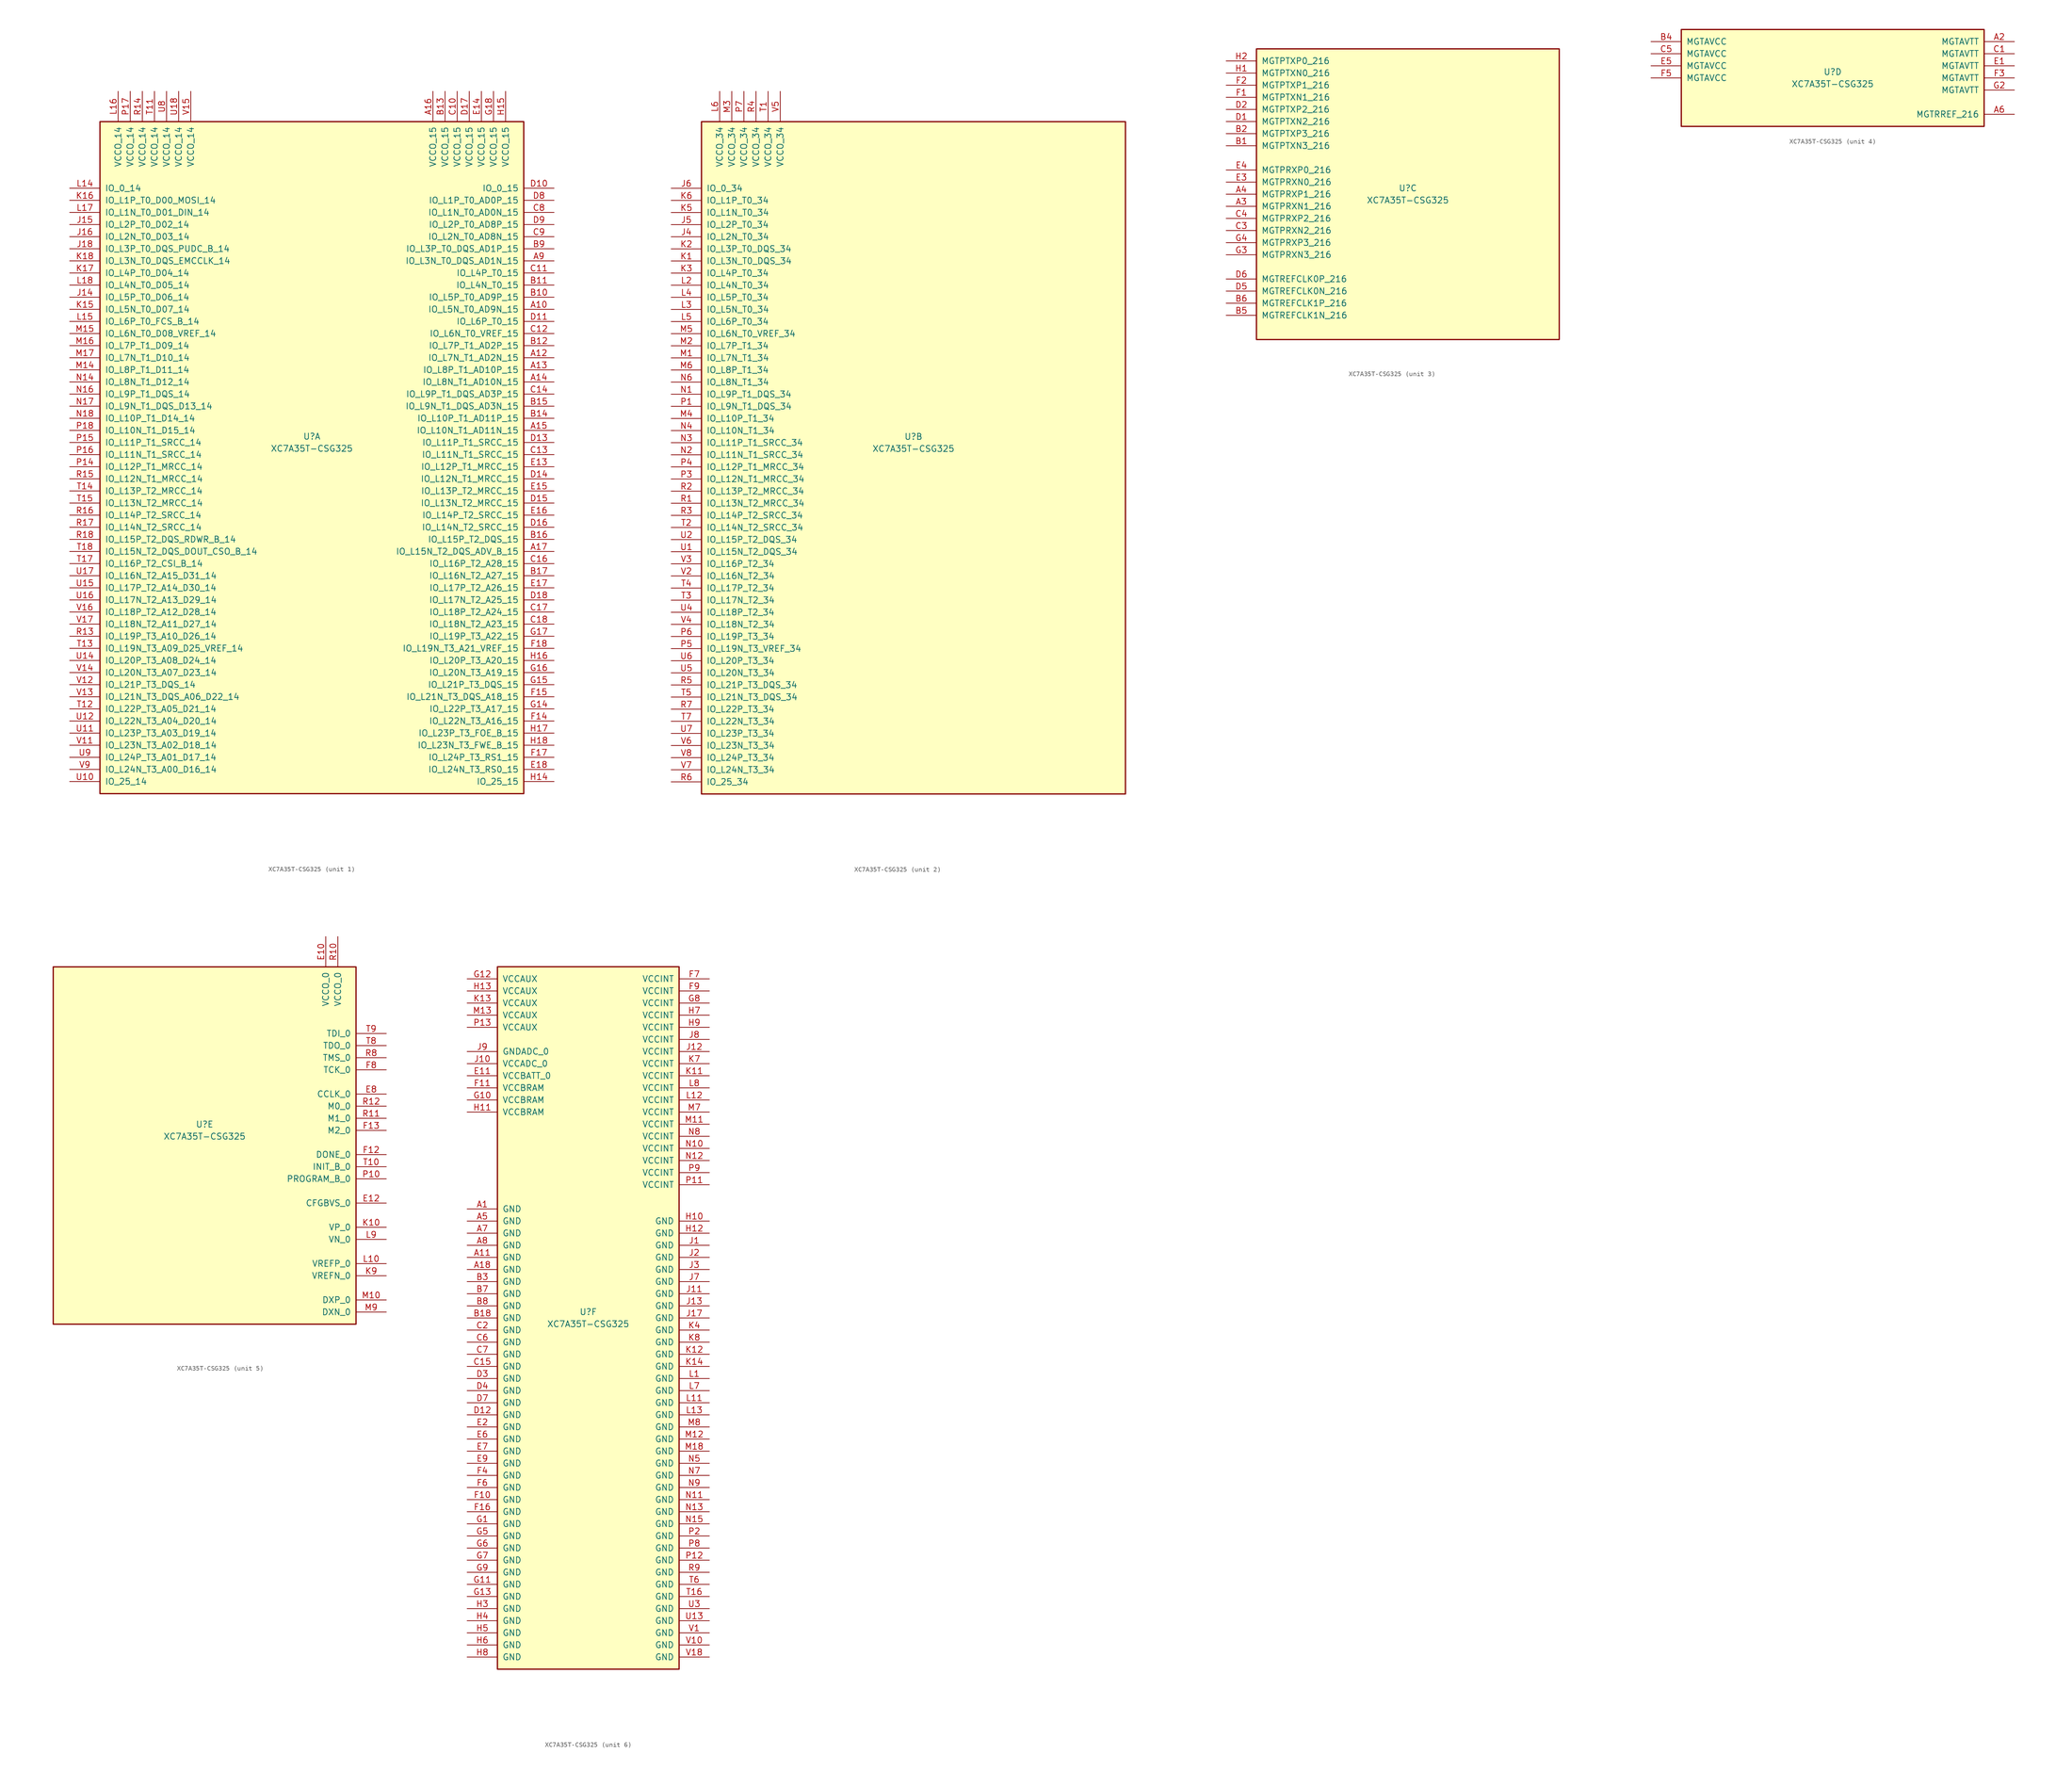
<source format=kicad_sym>
(kicad_symbol_lib
  (version 20201005)
  (generator kicad_symbol_editor)
  (symbol "XC7A35T-CSG325"
    (pin_names
      (offset 1.016))
    (property "Reference" "U"
      (at 0 1.27 0)
      (effects (font (size 1.27 1.27))))
    (property "Value" "XC7A35T-CSG325"
      (at 0 -1.27 0)
      (effects (font (size 1.27 1.27))))
    (property "Datasheet" ""
      (at 0 0 0)
      (effects (font (size 1.27 1.27))))
    (property "ki_locked" ""
      (at 0 0 0)
      (effects (font (size 1.27 1.27))))
    (symbol "XC7A35T-CSG325_1_1"
      (rectangle (start -44.45 67.31) (end 44.45 -73.66) (stroke (width 0.254)) (fill (type background)))
      (pin bidirectional line (at 50.8 27.94 180) (length 6.35) (name "IO_L5N_T0_AD9N_15" (effects (font (size 1.27 1.27)))) (number "A10" (effects (font (size 1.27 1.27)))))
      (pin bidirectional line (at 50.8 17.78 180) (length 6.35) (name "IO_L7N_T1_AD2N_15" (effects (font (size 1.27 1.27)))) (number "A12" (effects (font (size 1.27 1.27)))))
      (pin bidirectional line (at 50.8 15.24 180) (length 6.35) (name "IO_L8P_T1_AD10P_15" (effects (font (size 1.27 1.27)))) (number "A13" (effects (font (size 1.27 1.27)))))
      (pin bidirectional line (at 50.8 12.7 180) (length 6.35) (name "IO_L8N_T1_AD10N_15" (effects (font (size 1.27 1.27)))) (number "A14" (effects (font (size 1.27 1.27)))))
      (pin bidirectional line (at 50.8 2.54 180) (length 6.35) (name "IO_L10N_T1_AD11N_15" (effects (font (size 1.27 1.27)))) (number "A15" (effects (font (size 1.27 1.27)))))
      (pin power_in line (at 25.4 73.66 270) (length 6.35) (name "VCCO_15" (effects (font (size 1.27 1.27)))) (number "A16" (effects (font (size 1.27 1.27)))))
      (pin bidirectional line (at 50.8 -22.86 180) (length 6.35) (name "IO_L15N_T2_DQS_ADV_B_15" (effects (font (size 1.27 1.27)))) (number "A17" (effects (font (size 1.27 1.27)))))
      (pin bidirectional line (at 50.8 38.1 180) (length 6.35) (name "IO_L3N_T0_DQS_AD1N_15" (effects (font (size 1.27 1.27)))) (number "A9" (effects (font (size 1.27 1.27)))))
      (pin bidirectional line (at 50.8 30.48 180) (length 6.35) (name "IO_L5P_T0_AD9P_15" (effects (font (size 1.27 1.27)))) (number "B10" (effects (font (size 1.27 1.27)))))
      (pin bidirectional line (at 50.8 33.02 180) (length 6.35) (name "IO_L4N_T0_15" (effects (font (size 1.27 1.27)))) (number "B11" (effects (font (size 1.27 1.27)))))
      (pin bidirectional line (at 50.8 20.32 180) (length 6.35) (name "IO_L7P_T1_AD2P_15" (effects (font (size 1.27 1.27)))) (number "B12" (effects (font (size 1.27 1.27)))))
      (pin power_in line (at 27.94 73.66 270) (length 6.35) (name "VCCO_15" (effects (font (size 1.27 1.27)))) (number "B13" (effects (font (size 1.27 1.27)))))
      (pin bidirectional line (at 50.8 5.08 180) (length 6.35) (name "IO_L10P_T1_AD11P_15" (effects (font (size 1.27 1.27)))) (number "B14" (effects (font (size 1.27 1.27)))))
      (pin bidirectional line (at 50.8 7.62 180) (length 6.35) (name "IO_L9N_T1_DQS_AD3N_15" (effects (font (size 1.27 1.27)))) (number "B15" (effects (font (size 1.27 1.27)))))
      (pin bidirectional line (at 50.8 -20.32 180) (length 6.35) (name "IO_L15P_T2_DQS_15" (effects (font (size 1.27 1.27)))) (number "B16" (effects (font (size 1.27 1.27)))))
      (pin bidirectional line (at 50.8 -27.94 180) (length 6.35) (name "IO_L16N_T2_A27_15" (effects (font (size 1.27 1.27)))) (number "B17" (effects (font (size 1.27 1.27)))))
      (pin bidirectional line (at 50.8 40.64 180) (length 6.35) (name "IO_L3P_T0_DQS_AD1P_15" (effects (font (size 1.27 1.27)))) (number "B9" (effects (font (size 1.27 1.27)))))
      (pin power_in line (at 30.48 73.66 270) (length 6.35) (name "VCCO_15" (effects (font (size 1.27 1.27)))) (number "C10" (effects (font (size 1.27 1.27)))))
      (pin bidirectional line (at 50.8 35.56 180) (length 6.35) (name "IO_L4P_T0_15" (effects (font (size 1.27 1.27)))) (number "C11" (effects (font (size 1.27 1.27)))))
      (pin bidirectional line (at 50.8 22.86 180) (length 6.35) (name "IO_L6N_T0_VREF_15" (effects (font (size 1.27 1.27)))) (number "C12" (effects (font (size 1.27 1.27)))))
      (pin bidirectional line (at 50.8 -2.54 180) (length 6.35) (name "IO_L11N_T1_SRCC_15" (effects (font (size 1.27 1.27)))) (number "C13" (effects (font (size 1.27 1.27)))))
      (pin bidirectional line (at 50.8 10.16 180) (length 6.35) (name "IO_L9P_T1_DQS_AD3P_15" (effects (font (size 1.27 1.27)))) (number "C14" (effects (font (size 1.27 1.27)))))
      (pin bidirectional line (at 50.8 -25.4 180) (length 6.35) (name "IO_L16P_T2_A28_15" (effects (font (size 1.27 1.27)))) (number "C16" (effects (font (size 1.27 1.27)))))
      (pin bidirectional line (at 50.8 -35.56 180) (length 6.35) (name "IO_L18P_T2_A24_15" (effects (font (size 1.27 1.27)))) (number "C17" (effects (font (size 1.27 1.27)))))
      (pin bidirectional line (at 50.8 -38.1 180) (length 6.35) (name "IO_L18N_T2_A23_15" (effects (font (size 1.27 1.27)))) (number "C18" (effects (font (size 1.27 1.27)))))
      (pin bidirectional line (at 50.8 48.26 180) (length 6.35) (name "IO_L1N_T0_AD0N_15" (effects (font (size 1.27 1.27)))) (number "C8" (effects (font (size 1.27 1.27)))))
      (pin bidirectional line (at 50.8 43.18 180) (length 6.35) (name "IO_L2N_T0_AD8N_15" (effects (font (size 1.27 1.27)))) (number "C9" (effects (font (size 1.27 1.27)))))
      (pin bidirectional line (at 50.8 53.34 180) (length 6.35) (name "IO_0_15" (effects (font (size 1.27 1.27)))) (number "D10" (effects (font (size 1.27 1.27)))))
      (pin bidirectional line (at 50.8 25.4 180) (length 6.35) (name "IO_L6P_T0_15" (effects (font (size 1.27 1.27)))) (number "D11" (effects (font (size 1.27 1.27)))))
      (pin bidirectional line (at 50.8 0 180) (length 6.35) (name "IO_L11P_T1_SRCC_15" (effects (font (size 1.27 1.27)))) (number "D13" (effects (font (size 1.27 1.27)))))
      (pin bidirectional line (at 50.8 -7.62 180) (length 6.35) (name "IO_L12N_T1_MRCC_15" (effects (font (size 1.27 1.27)))) (number "D14" (effects (font (size 1.27 1.27)))))
      (pin bidirectional line (at 50.8 -12.7 180) (length 6.35) (name "IO_L13N_T2_MRCC_15" (effects (font (size 1.27 1.27)))) (number "D15" (effects (font (size 1.27 1.27)))))
      (pin bidirectional line (at 50.8 -17.78 180) (length 6.35) (name "IO_L14N_T2_SRCC_15" (effects (font (size 1.27 1.27)))) (number "D16" (effects (font (size 1.27 1.27)))))
      (pin power_in line (at 33.02 73.66 270) (length 6.35) (name "VCCO_15" (effects (font (size 1.27 1.27)))) (number "D17" (effects (font (size 1.27 1.27)))))
      (pin bidirectional line (at 50.8 -33.02 180) (length 6.35) (name "IO_L17N_T2_A25_15" (effects (font (size 1.27 1.27)))) (number "D18" (effects (font (size 1.27 1.27)))))
      (pin bidirectional line (at 50.8 50.8 180) (length 6.35) (name "IO_L1P_T0_AD0P_15" (effects (font (size 1.27 1.27)))) (number "D8" (effects (font (size 1.27 1.27)))))
      (pin bidirectional line (at 50.8 45.72 180) (length 6.35) (name "IO_L2P_T0_AD8P_15" (effects (font (size 1.27 1.27)))) (number "D9" (effects (font (size 1.27 1.27)))))
      (pin bidirectional line (at 50.8 -5.08 180) (length 6.35) (name "IO_L12P_T1_MRCC_15" (effects (font (size 1.27 1.27)))) (number "E13" (effects (font (size 1.27 1.27)))))
      (pin power_in line (at 35.56 73.66 270) (length 6.35) (name "VCCO_15" (effects (font (size 1.27 1.27)))) (number "E14" (effects (font (size 1.27 1.27)))))
      (pin bidirectional line (at 50.8 -10.16 180) (length 6.35) (name "IO_L13P_T2_MRCC_15" (effects (font (size 1.27 1.27)))) (number "E15" (effects (font (size 1.27 1.27)))))
      (pin bidirectional line (at 50.8 -15.24 180) (length 6.35) (name "IO_L14P_T2_SRCC_15" (effects (font (size 1.27 1.27)))) (number "E16" (effects (font (size 1.27 1.27)))))
      (pin bidirectional line (at 50.8 -30.48 180) (length 6.35) (name "IO_L17P_T2_A26_15" (effects (font (size 1.27 1.27)))) (number "E17" (effects (font (size 1.27 1.27)))))
      (pin bidirectional line (at 50.8 -68.58 180) (length 6.35) (name "IO_L24N_T3_RS0_15" (effects (font (size 1.27 1.27)))) (number "E18" (effects (font (size 1.27 1.27)))))
      (pin bidirectional line (at 50.8 -58.42 180) (length 6.35) (name "IO_L22N_T3_A16_15" (effects (font (size 1.27 1.27)))) (number "F14" (effects (font (size 1.27 1.27)))))
      (pin bidirectional line (at 50.8 -53.34 180) (length 6.35) (name "IO_L21N_T3_DQS_A18_15" (effects (font (size 1.27 1.27)))) (number "F15" (effects (font (size 1.27 1.27)))))
      (pin bidirectional line (at 50.8 -66.04 180) (length 6.35) (name "IO_L24P_T3_RS1_15" (effects (font (size 1.27 1.27)))) (number "F17" (effects (font (size 1.27 1.27)))))
      (pin bidirectional line (at 50.8 -43.18 180) (length 6.35) (name "IO_L19N_T3_A21_VREF_15" (effects (font (size 1.27 1.27)))) (number "F18" (effects (font (size 1.27 1.27)))))
      (pin bidirectional line (at 50.8 -55.88 180) (length 6.35) (name "IO_L22P_T3_A17_15" (effects (font (size 1.27 1.27)))) (number "G14" (effects (font (size 1.27 1.27)))))
      (pin bidirectional line (at 50.8 -50.8 180) (length 6.35) (name "IO_L21P_T3_DQS_15" (effects (font (size 1.27 1.27)))) (number "G15" (effects (font (size 1.27 1.27)))))
      (pin bidirectional line (at 50.8 -48.26 180) (length 6.35) (name "IO_L20N_T3_A19_15" (effects (font (size 1.27 1.27)))) (number "G16" (effects (font (size 1.27 1.27)))))
      (pin bidirectional line (at 50.8 -40.64 180) (length 6.35) (name "IO_L19P_T3_A22_15" (effects (font (size 1.27 1.27)))) (number "G17" (effects (font (size 1.27 1.27)))))
      (pin power_in line (at 38.1 73.66 270) (length 6.35) (name "VCCO_15" (effects (font (size 1.27 1.27)))) (number "G18" (effects (font (size 1.27 1.27)))))
      (pin bidirectional line (at 50.8 -71.12 180) (length 6.35) (name "IO_25_15" (effects (font (size 1.27 1.27)))) (number "H14" (effects (font (size 1.27 1.27)))))
      (pin power_in line (at 40.64 73.66 270) (length 6.35) (name "VCCO_15" (effects (font (size 1.27 1.27)))) (number "H15" (effects (font (size 1.27 1.27)))))
      (pin bidirectional line (at 50.8 -45.72 180) (length 6.35) (name "IO_L20P_T3_A20_15" (effects (font (size 1.27 1.27)))) (number "H16" (effects (font (size 1.27 1.27)))))
      (pin bidirectional line (at 50.8 -60.96 180) (length 6.35) (name "IO_L23P_T3_FOE_B_15" (effects (font (size 1.27 1.27)))) (number "H17" (effects (font (size 1.27 1.27)))))
      (pin bidirectional line (at 50.8 -63.5 180) (length 6.35) (name "IO_L23N_T3_FWE_B_15" (effects (font (size 1.27 1.27)))) (number "H18" (effects (font (size 1.27 1.27)))))
      (pin bidirectional line (at -50.8 30.48 0) (length 6.35) (name "IO_L5P_T0_D06_14" (effects (font (size 1.27 1.27)))) (number "J14" (effects (font (size 1.27 1.27)))))
      (pin bidirectional line (at -50.8 45.72 0) (length 6.35) (name "IO_L2P_T0_D02_14" (effects (font (size 1.27 1.27)))) (number "J15" (effects (font (size 1.27 1.27)))))
      (pin bidirectional line (at -50.8 43.18 0) (length 6.35) (name "IO_L2N_T0_D03_14" (effects (font (size 1.27 1.27)))) (number "J16" (effects (font (size 1.27 1.27)))))
      (pin bidirectional line (at -50.8 40.64 0) (length 6.35) (name "IO_L3P_T0_DQS_PUDC_B_14" (effects (font (size 1.27 1.27)))) (number "J18" (effects (font (size 1.27 1.27)))))
      (pin bidirectional line (at -50.8 27.94 0) (length 6.35) (name "IO_L5N_T0_D07_14" (effects (font (size 1.27 1.27)))) (number "K15" (effects (font (size 1.27 1.27)))))
      (pin bidirectional line (at -50.8 50.8 0) (length 6.35) (name "IO_L1P_T0_D00_MOSI_14" (effects (font (size 1.27 1.27)))) (number "K16" (effects (font (size 1.27 1.27)))))
      (pin bidirectional line (at -50.8 35.56 0) (length 6.35) (name "IO_L4P_T0_D04_14" (effects (font (size 1.27 1.27)))) (number "K17" (effects (font (size 1.27 1.27)))))
      (pin bidirectional line (at -50.8 38.1 0) (length 6.35) (name "IO_L3N_T0_DQS_EMCCLK_14" (effects (font (size 1.27 1.27)))) (number "K18" (effects (font (size 1.27 1.27)))))
      (pin bidirectional line (at -50.8 53.34 0) (length 6.35) (name "IO_0_14" (effects (font (size 1.27 1.27)))) (number "L14" (effects (font (size 1.27 1.27)))))
      (pin bidirectional line (at -50.8 25.4 0) (length 6.35) (name "IO_L6P_T0_FCS_B_14" (effects (font (size 1.27 1.27)))) (number "L15" (effects (font (size 1.27 1.27)))))
      (pin power_in line (at -40.64 73.66 270) (length 6.35) (name "VCCO_14" (effects (font (size 1.27 1.27)))) (number "L16" (effects (font (size 1.27 1.27)))))
      (pin bidirectional line (at -50.8 48.26 0) (length 6.35) (name "IO_L1N_T0_D01_DIN_14" (effects (font (size 1.27 1.27)))) (number "L17" (effects (font (size 1.27 1.27)))))
      (pin bidirectional line (at -50.8 33.02 0) (length 6.35) (name "IO_L4N_T0_D05_14" (effects (font (size 1.27 1.27)))) (number "L18" (effects (font (size 1.27 1.27)))))
      (pin bidirectional line (at -50.8 15.24 0) (length 6.35) (name "IO_L8P_T1_D11_14" (effects (font (size 1.27 1.27)))) (number "M14" (effects (font (size 1.27 1.27)))))
      (pin bidirectional line (at -50.8 22.86 0) (length 6.35) (name "IO_L6N_T0_D08_VREF_14" (effects (font (size 1.27 1.27)))) (number "M15" (effects (font (size 1.27 1.27)))))
      (pin bidirectional line (at -50.8 20.32 0) (length 6.35) (name "IO_L7P_T1_D09_14" (effects (font (size 1.27 1.27)))) (number "M16" (effects (font (size 1.27 1.27)))))
      (pin bidirectional line (at -50.8 17.78 0) (length 6.35) (name "IO_L7N_T1_D10_14" (effects (font (size 1.27 1.27)))) (number "M17" (effects (font (size 1.27 1.27)))))
      (pin bidirectional line (at -50.8 12.7 0) (length 6.35) (name "IO_L8N_T1_D12_14" (effects (font (size 1.27 1.27)))) (number "N14" (effects (font (size 1.27 1.27)))))
      (pin bidirectional line (at -50.8 10.16 0) (length 6.35) (name "IO_L9P_T1_DQS_14" (effects (font (size 1.27 1.27)))) (number "N16" (effects (font (size 1.27 1.27)))))
      (pin bidirectional line (at -50.8 7.62 0) (length 6.35) (name "IO_L9N_T1_DQS_D13_14" (effects (font (size 1.27 1.27)))) (number "N17" (effects (font (size 1.27 1.27)))))
      (pin bidirectional line (at -50.8 5.08 0) (length 6.35) (name "IO_L10P_T1_D14_14" (effects (font (size 1.27 1.27)))) (number "N18" (effects (font (size 1.27 1.27)))))
      (pin bidirectional line (at -50.8 -5.08 0) (length 6.35) (name "IO_L12P_T1_MRCC_14" (effects (font (size 1.27 1.27)))) (number "P14" (effects (font (size 1.27 1.27)))))
      (pin bidirectional line (at -50.8 0 0) (length 6.35) (name "IO_L11P_T1_SRCC_14" (effects (font (size 1.27 1.27)))) (number "P15" (effects (font (size 1.27 1.27)))))
      (pin bidirectional line (at -50.8 -2.54 0) (length 6.35) (name "IO_L11N_T1_SRCC_14" (effects (font (size 1.27 1.27)))) (number "P16" (effects (font (size 1.27 1.27)))))
      (pin power_in line (at -38.1 73.66 270) (length 6.35) (name "VCCO_14" (effects (font (size 1.27 1.27)))) (number "P17" (effects (font (size 1.27 1.27)))))
      (pin bidirectional line (at -50.8 2.54 0) (length 6.35) (name "IO_L10N_T1_D15_14" (effects (font (size 1.27 1.27)))) (number "P18" (effects (font (size 1.27 1.27)))))
      (pin bidirectional line (at -50.8 -40.64 0) (length 6.35) (name "IO_L19P_T3_A10_D26_14" (effects (font (size 1.27 1.27)))) (number "R13" (effects (font (size 1.27 1.27)))))
      (pin power_in line (at -35.56 73.66 270) (length 6.35) (name "VCCO_14" (effects (font (size 1.27 1.27)))) (number "R14" (effects (font (size 1.27 1.27)))))
      (pin bidirectional line (at -50.8 -7.62 0) (length 6.35) (name "IO_L12N_T1_MRCC_14" (effects (font (size 1.27 1.27)))) (number "R15" (effects (font (size 1.27 1.27)))))
      (pin bidirectional line (at -50.8 -15.24 0) (length 6.35) (name "IO_L14P_T2_SRCC_14" (effects (font (size 1.27 1.27)))) (number "R16" (effects (font (size 1.27 1.27)))))
      (pin bidirectional line (at -50.8 -17.78 0) (length 6.35) (name "IO_L14N_T2_SRCC_14" (effects (font (size 1.27 1.27)))) (number "R17" (effects (font (size 1.27 1.27)))))
      (pin bidirectional line (at -50.8 -20.32 0) (length 6.35) (name "IO_L15P_T2_DQS_RDWR_B_14" (effects (font (size 1.27 1.27)))) (number "R18" (effects (font (size 1.27 1.27)))))
      (pin power_in line (at -33.02 73.66 270) (length 6.35) (name "VCCO_14" (effects (font (size 1.27 1.27)))) (number "T11" (effects (font (size 1.27 1.27)))))
      (pin bidirectional line (at -50.8 -55.88 0) (length 6.35) (name "IO_L22P_T3_A05_D21_14" (effects (font (size 1.27 1.27)))) (number "T12" (effects (font (size 1.27 1.27)))))
      (pin bidirectional line (at -50.8 -43.18 0) (length 6.35) (name "IO_L19N_T3_A09_D25_VREF_14" (effects (font (size 1.27 1.27)))) (number "T13" (effects (font (size 1.27 1.27)))))
      (pin bidirectional line (at -50.8 -10.16 0) (length 6.35) (name "IO_L13P_T2_MRCC_14" (effects (font (size 1.27 1.27)))) (number "T14" (effects (font (size 1.27 1.27)))))
      (pin bidirectional line (at -50.8 -12.7 0) (length 6.35) (name "IO_L13N_T2_MRCC_14" (effects (font (size 1.27 1.27)))) (number "T15" (effects (font (size 1.27 1.27)))))
      (pin bidirectional line (at -50.8 -25.4 0) (length 6.35) (name "IO_L16P_T2_CSI_B_14" (effects (font (size 1.27 1.27)))) (number "T17" (effects (font (size 1.27 1.27)))))
      (pin bidirectional line (at -50.8 -22.86 0) (length 6.35) (name "IO_L15N_T2_DQS_DOUT_CSO_B_14" (effects (font (size 1.27 1.27)))) (number "T18" (effects (font (size 1.27 1.27)))))
      (pin bidirectional line (at -50.8 -71.12 0) (length 6.35) (name "IO_25_14" (effects (font (size 1.27 1.27)))) (number "U10" (effects (font (size 1.27 1.27)))))
      (pin bidirectional line (at -50.8 -60.96 0) (length 6.35) (name "IO_L23P_T3_A03_D19_14" (effects (font (size 1.27 1.27)))) (number "U11" (effects (font (size 1.27 1.27)))))
      (pin bidirectional line (at -50.8 -58.42 0) (length 6.35) (name "IO_L22N_T3_A04_D20_14" (effects (font (size 1.27 1.27)))) (number "U12" (effects (font (size 1.27 1.27)))))
      (pin bidirectional line (at -50.8 -45.72 0) (length 6.35) (name "IO_L20P_T3_A08_D24_14" (effects (font (size 1.27 1.27)))) (number "U14" (effects (font (size 1.27 1.27)))))
      (pin bidirectional line (at -50.8 -30.48 0) (length 6.35) (name "IO_L17P_T2_A14_D30_14" (effects (font (size 1.27 1.27)))) (number "U15" (effects (font (size 1.27 1.27)))))
      (pin bidirectional line (at -50.8 -33.02 0) (length 6.35) (name "IO_L17N_T2_A13_D29_14" (effects (font (size 1.27 1.27)))) (number "U16" (effects (font (size 1.27 1.27)))))
      (pin bidirectional line (at -50.8 -27.94 0) (length 6.35) (name "IO_L16N_T2_A15_D31_14" (effects (font (size 1.27 1.27)))) (number "U17" (effects (font (size 1.27 1.27)))))
      (pin power_in line (at -27.94 73.66 270) (length 6.35) (name "VCCO_14" (effects (font (size 1.27 1.27)))) (number "U18" (effects (font (size 1.27 1.27)))))
      (pin power_in line (at -30.48 73.66 270) (length 6.35) (name "VCCO_14" (effects (font (size 1.27 1.27)))) (number "U8" (effects (font (size 1.27 1.27)))))
      (pin bidirectional line (at -50.8 -66.04 0) (length 6.35) (name "IO_L24P_T3_A01_D17_14" (effects (font (size 1.27 1.27)))) (number "U9" (effects (font (size 1.27 1.27)))))
      (pin bidirectional line (at -50.8 -63.5 0) (length 6.35) (name "IO_L23N_T3_A02_D18_14" (effects (font (size 1.27 1.27)))) (number "V11" (effects (font (size 1.27 1.27)))))
      (pin bidirectional line (at -50.8 -50.8 0) (length 6.35) (name "IO_L21P_T3_DQS_14" (effects (font (size 1.27 1.27)))) (number "V12" (effects (font (size 1.27 1.27)))))
      (pin bidirectional line (at -50.8 -53.34 0) (length 6.35) (name "IO_L21N_T3_DQS_A06_D22_14" (effects (font (size 1.27 1.27)))) (number "V13" (effects (font (size 1.27 1.27)))))
      (pin bidirectional line (at -50.8 -48.26 0) (length 6.35) (name "IO_L20N_T3_A07_D23_14" (effects (font (size 1.27 1.27)))) (number "V14" (effects (font (size 1.27 1.27)))))
      (pin power_in line (at -25.4 73.66 270) (length 6.35) (name "VCCO_14" (effects (font (size 1.27 1.27)))) (number "V15" (effects (font (size 1.27 1.27)))))
      (pin bidirectional line (at -50.8 -35.56 0) (length 6.35) (name "IO_L18P_T2_A12_D28_14" (effects (font (size 1.27 1.27)))) (number "V16" (effects (font (size 1.27 1.27)))))
      (pin bidirectional line (at -50.8 -38.1 0) (length 6.35) (name "IO_L18N_T2_A11_D27_14" (effects (font (size 1.27 1.27)))) (number "V17" (effects (font (size 1.27 1.27)))))
      (pin bidirectional line (at -50.8 -68.58 0) (length 6.35) (name "IO_L24N_T3_A00_D16_14" (effects (font (size 1.27 1.27)))) (number "V9" (effects (font (size 1.27 1.27))))))
    (symbol "XC7A35T-CSG325_2_1"
      (rectangle (start -44.45 67.31) (end 44.45 -73.66) (stroke (width 0.254)) (fill (type background)))
      (pin bidirectional line (at -50.8 43.18 0) (length 6.35) (name "IO_L2N_T0_34" (effects (font (size 1.27 1.27)))) (number "J4" (effects (font (size 1.27 1.27)))))
      (pin bidirectional line (at -50.8 45.72 0) (length 6.35) (name "IO_L2P_T0_34" (effects (font (size 1.27 1.27)))) (number "J5" (effects (font (size 1.27 1.27)))))
      (pin bidirectional line (at -50.8 53.34 0) (length 6.35) (name "IO_0_34" (effects (font (size 1.27 1.27)))) (number "J6" (effects (font (size 1.27 1.27)))))
      (pin bidirectional line (at -50.8 38.1 0) (length 6.35) (name "IO_L3N_T0_DQS_34" (effects (font (size 1.27 1.27)))) (number "K1" (effects (font (size 1.27 1.27)))))
      (pin bidirectional line (at -50.8 40.64 0) (length 6.35) (name "IO_L3P_T0_DQS_34" (effects (font (size 1.27 1.27)))) (number "K2" (effects (font (size 1.27 1.27)))))
      (pin bidirectional line (at -50.8 35.56 0) (length 6.35) (name "IO_L4P_T0_34" (effects (font (size 1.27 1.27)))) (number "K3" (effects (font (size 1.27 1.27)))))
      (pin bidirectional line (at -50.8 48.26 0) (length 6.35) (name "IO_L1N_T0_34" (effects (font (size 1.27 1.27)))) (number "K5" (effects (font (size 1.27 1.27)))))
      (pin bidirectional line (at -50.8 50.8 0) (length 6.35) (name "IO_L1P_T0_34" (effects (font (size 1.27 1.27)))) (number "K6" (effects (font (size 1.27 1.27)))))
      (pin bidirectional line (at -50.8 33.02 0) (length 6.35) (name "IO_L4N_T0_34" (effects (font (size 1.27 1.27)))) (number "L2" (effects (font (size 1.27 1.27)))))
      (pin bidirectional line (at -50.8 27.94 0) (length 6.35) (name "IO_L5N_T0_34" (effects (font (size 1.27 1.27)))) (number "L3" (effects (font (size 1.27 1.27)))))
      (pin bidirectional line (at -50.8 30.48 0) (length 6.35) (name "IO_L5P_T0_34" (effects (font (size 1.27 1.27)))) (number "L4" (effects (font (size 1.27 1.27)))))
      (pin bidirectional line (at -50.8 25.4 0) (length 6.35) (name "IO_L6P_T0_34" (effects (font (size 1.27 1.27)))) (number "L5" (effects (font (size 1.27 1.27)))))
      (pin power_in line (at -40.64 73.66 270) (length 6.35) (name "VCCO_34" (effects (font (size 1.27 1.27)))) (number "L6" (effects (font (size 1.27 1.27)))))
      (pin bidirectional line (at -50.8 17.78 0) (length 6.35) (name "IO_L7N_T1_34" (effects (font (size 1.27 1.27)))) (number "M1" (effects (font (size 1.27 1.27)))))
      (pin bidirectional line (at -50.8 20.32 0) (length 6.35) (name "IO_L7P_T1_34" (effects (font (size 1.27 1.27)))) (number "M2" (effects (font (size 1.27 1.27)))))
      (pin power_in line (at -38.1 73.66 270) (length 6.35) (name "VCCO_34" (effects (font (size 1.27 1.27)))) (number "M3" (effects (font (size 1.27 1.27)))))
      (pin bidirectional line (at -50.8 5.08 0) (length 6.35) (name "IO_L10P_T1_34" (effects (font (size 1.27 1.27)))) (number "M4" (effects (font (size 1.27 1.27)))))
      (pin bidirectional line (at -50.8 22.86 0) (length 6.35) (name "IO_L6N_T0_VREF_34" (effects (font (size 1.27 1.27)))) (number "M5" (effects (font (size 1.27 1.27)))))
      (pin bidirectional line (at -50.8 15.24 0) (length 6.35) (name "IO_L8P_T1_34" (effects (font (size 1.27 1.27)))) (number "M6" (effects (font (size 1.27 1.27)))))
      (pin bidirectional line (at -50.8 10.16 0) (length 6.35) (name "IO_L9P_T1_DQS_34" (effects (font (size 1.27 1.27)))) (number "N1" (effects (font (size 1.27 1.27)))))
      (pin bidirectional line (at -50.8 -2.54 0) (length 6.35) (name "IO_L11N_T1_SRCC_34" (effects (font (size 1.27 1.27)))) (number "N2" (effects (font (size 1.27 1.27)))))
      (pin bidirectional line (at -50.8 0 0) (length 6.35) (name "IO_L11P_T1_SRCC_34" (effects (font (size 1.27 1.27)))) (number "N3" (effects (font (size 1.27 1.27)))))
      (pin bidirectional line (at -50.8 2.54 0) (length 6.35) (name "IO_L10N_T1_34" (effects (font (size 1.27 1.27)))) (number "N4" (effects (font (size 1.27 1.27)))))
      (pin bidirectional line (at -50.8 12.7 0) (length 6.35) (name "IO_L8N_T1_34" (effects (font (size 1.27 1.27)))) (number "N6" (effects (font (size 1.27 1.27)))))
      (pin bidirectional line (at -50.8 7.62 0) (length 6.35) (name "IO_L9N_T1_DQS_34" (effects (font (size 1.27 1.27)))) (number "P1" (effects (font (size 1.27 1.27)))))
      (pin bidirectional line (at -50.8 -7.62 0) (length 6.35) (name "IO_L12N_T1_MRCC_34" (effects (font (size 1.27 1.27)))) (number "P3" (effects (font (size 1.27 1.27)))))
      (pin bidirectional line (at -50.8 -5.08 0) (length 6.35) (name "IO_L12P_T1_MRCC_34" (effects (font (size 1.27 1.27)))) (number "P4" (effects (font (size 1.27 1.27)))))
      (pin bidirectional line (at -50.8 -43.18 0) (length 6.35) (name "IO_L19N_T3_VREF_34" (effects (font (size 1.27 1.27)))) (number "P5" (effects (font (size 1.27 1.27)))))
      (pin bidirectional line (at -50.8 -40.64 0) (length 6.35) (name "IO_L19P_T3_34" (effects (font (size 1.27 1.27)))) (number "P6" (effects (font (size 1.27 1.27)))))
      (pin power_in line (at -35.56 73.66 270) (length 6.35) (name "VCCO_34" (effects (font (size 1.27 1.27)))) (number "P7" (effects (font (size 1.27 1.27)))))
      (pin bidirectional line (at -50.8 -12.7 0) (length 6.35) (name "IO_L13N_T2_MRCC_34" (effects (font (size 1.27 1.27)))) (number "R1" (effects (font (size 1.27 1.27)))))
      (pin bidirectional line (at -50.8 -10.16 0) (length 6.35) (name "IO_L13P_T2_MRCC_34" (effects (font (size 1.27 1.27)))) (number "R2" (effects (font (size 1.27 1.27)))))
      (pin bidirectional line (at -50.8 -15.24 0) (length 6.35) (name "IO_L14P_T2_SRCC_34" (effects (font (size 1.27 1.27)))) (number "R3" (effects (font (size 1.27 1.27)))))
      (pin power_in line (at -33.02 73.66 270) (length 6.35) (name "VCCO_34" (effects (font (size 1.27 1.27)))) (number "R4" (effects (font (size 1.27 1.27)))))
      (pin bidirectional line (at -50.8 -50.8 0) (length 6.35) (name "IO_L21P_T3_DQS_34" (effects (font (size 1.27 1.27)))) (number "R5" (effects (font (size 1.27 1.27)))))
      (pin bidirectional line (at -50.8 -71.12 0) (length 6.35) (name "IO_25_34" (effects (font (size 1.27 1.27)))) (number "R6" (effects (font (size 1.27 1.27)))))
      (pin bidirectional line (at -50.8 -55.88 0) (length 6.35) (name "IO_L22P_T3_34" (effects (font (size 1.27 1.27)))) (number "R7" (effects (font (size 1.27 1.27)))))
      (pin power_in line (at -30.48 73.66 270) (length 6.35) (name "VCCO_34" (effects (font (size 1.27 1.27)))) (number "T1" (effects (font (size 1.27 1.27)))))
      (pin bidirectional line (at -50.8 -17.78 0) (length 6.35) (name "IO_L14N_T2_SRCC_34" (effects (font (size 1.27 1.27)))) (number "T2" (effects (font (size 1.27 1.27)))))
      (pin bidirectional line (at -50.8 -33.02 0) (length 6.35) (name "IO_L17N_T2_34" (effects (font (size 1.27 1.27)))) (number "T3" (effects (font (size 1.27 1.27)))))
      (pin bidirectional line (at -50.8 -30.48 0) (length 6.35) (name "IO_L17P_T2_34" (effects (font (size 1.27 1.27)))) (number "T4" (effects (font (size 1.27 1.27)))))
      (pin bidirectional line (at -50.8 -53.34 0) (length 6.35) (name "IO_L21N_T3_DQS_34" (effects (font (size 1.27 1.27)))) (number "T5" (effects (font (size 1.27 1.27)))))
      (pin bidirectional line (at -50.8 -58.42 0) (length 6.35) (name "IO_L22N_T3_34" (effects (font (size 1.27 1.27)))) (number "T7" (effects (font (size 1.27 1.27)))))
      (pin bidirectional line (at -50.8 -22.86 0) (length 6.35) (name "IO_L15N_T2_DQS_34" (effects (font (size 1.27 1.27)))) (number "U1" (effects (font (size 1.27 1.27)))))
      (pin bidirectional line (at -50.8 -20.32 0) (length 6.35) (name "IO_L15P_T2_DQS_34" (effects (font (size 1.27 1.27)))) (number "U2" (effects (font (size 1.27 1.27)))))
      (pin bidirectional line (at -50.8 -35.56 0) (length 6.35) (name "IO_L18P_T2_34" (effects (font (size 1.27 1.27)))) (number "U4" (effects (font (size 1.27 1.27)))))
      (pin bidirectional line (at -50.8 -48.26 0) (length 6.35) (name "IO_L20N_T3_34" (effects (font (size 1.27 1.27)))) (number "U5" (effects (font (size 1.27 1.27)))))
      (pin bidirectional line (at -50.8 -45.72 0) (length 6.35) (name "IO_L20P_T3_34" (effects (font (size 1.27 1.27)))) (number "U6" (effects (font (size 1.27 1.27)))))
      (pin bidirectional line (at -50.8 -60.96 0) (length 6.35) (name "IO_L23P_T3_34" (effects (font (size 1.27 1.27)))) (number "U7" (effects (font (size 1.27 1.27)))))
      (pin bidirectional line (at -50.8 -27.94 0) (length 6.35) (name "IO_L16N_T2_34" (effects (font (size 1.27 1.27)))) (number "V2" (effects (font (size 1.27 1.27)))))
      (pin bidirectional line (at -50.8 -25.4 0) (length 6.35) (name "IO_L16P_T2_34" (effects (font (size 1.27 1.27)))) (number "V3" (effects (font (size 1.27 1.27)))))
      (pin bidirectional line (at -50.8 -38.1 0) (length 6.35) (name "IO_L18N_T2_34" (effects (font (size 1.27 1.27)))) (number "V4" (effects (font (size 1.27 1.27)))))
      (pin power_in line (at -27.94 73.66 270) (length 6.35) (name "VCCO_34" (effects (font (size 1.27 1.27)))) (number "V5" (effects (font (size 1.27 1.27)))))
      (pin bidirectional line (at -50.8 -63.5 0) (length 6.35) (name "IO_L23N_T3_34" (effects (font (size 1.27 1.27)))) (number "V6" (effects (font (size 1.27 1.27)))))
      (pin bidirectional line (at -50.8 -68.58 0) (length 6.35) (name "IO_L24N_T3_34" (effects (font (size 1.27 1.27)))) (number "V7" (effects (font (size 1.27 1.27)))))
      (pin bidirectional line (at -50.8 -66.04 0) (length 6.35) (name "IO_L24P_T3_34" (effects (font (size 1.27 1.27)))) (number "V8" (effects (font (size 1.27 1.27))))))
    (symbol "XC7A35T-CSG325_3_1"
      (rectangle (start -31.75 30.48) (end 31.75 -30.48) (stroke (width 0.254)) (fill (type background)))
      (pin bidirectional line (at -38.1 -2.54 0) (length 6.35) (name "MGTPRXN1_216" (effects (font (size 1.27 1.27)))) (number "A3" (effects (font (size 1.27 1.27)))))
      (pin bidirectional line (at -38.1 0 0) (length 6.35) (name "MGTPRXP1_216" (effects (font (size 1.27 1.27)))) (number "A4" (effects (font (size 1.27 1.27)))))
      (pin bidirectional line (at -38.1 10.16 0) (length 6.35) (name "MGTPTXN3_216" (effects (font (size 1.27 1.27)))) (number "B1" (effects (font (size 1.27 1.27)))))
      (pin bidirectional line (at -38.1 12.7 0) (length 6.35) (name "MGTPTXP3_216" (effects (font (size 1.27 1.27)))) (number "B2" (effects (font (size 1.27 1.27)))))
      (pin bidirectional line (at -38.1 -25.4 0) (length 6.35) (name "MGTREFCLK1N_216" (effects (font (size 1.27 1.27)))) (number "B5" (effects (font (size 1.27 1.27)))))
      (pin bidirectional line (at -38.1 -22.86 0) (length 6.35) (name "MGTREFCLK1P_216" (effects (font (size 1.27 1.27)))) (number "B6" (effects (font (size 1.27 1.27)))))
      (pin bidirectional line (at -38.1 -7.62 0) (length 6.35) (name "MGTPRXN2_216" (effects (font (size 1.27 1.27)))) (number "C3" (effects (font (size 1.27 1.27)))))
      (pin bidirectional line (at -38.1 -5.08 0) (length 6.35) (name "MGTPRXP2_216" (effects (font (size 1.27 1.27)))) (number "C4" (effects (font (size 1.27 1.27)))))
      (pin bidirectional line (at -38.1 15.24 0) (length 6.35) (name "MGTPTXN2_216" (effects (font (size 1.27 1.27)))) (number "D1" (effects (font (size 1.27 1.27)))))
      (pin bidirectional line (at -38.1 17.78 0) (length 6.35) (name "MGTPTXP2_216" (effects (font (size 1.27 1.27)))) (number "D2" (effects (font (size 1.27 1.27)))))
      (pin bidirectional line (at -38.1 -20.32 0) (length 6.35) (name "MGTREFCLK0N_216" (effects (font (size 1.27 1.27)))) (number "D5" (effects (font (size 1.27 1.27)))))
      (pin bidirectional line (at -38.1 -17.78 0) (length 6.35) (name "MGTREFCLK0P_216" (effects (font (size 1.27 1.27)))) (number "D6" (effects (font (size 1.27 1.27)))))
      (pin bidirectional line (at -38.1 2.54 0) (length 6.35) (name "MGTPRXN0_216" (effects (font (size 1.27 1.27)))) (number "E3" (effects (font (size 1.27 1.27)))))
      (pin bidirectional line (at -38.1 5.08 0) (length 6.35) (name "MGTPRXP0_216" (effects (font (size 1.27 1.27)))) (number "E4" (effects (font (size 1.27 1.27)))))
      (pin bidirectional line (at -38.1 20.32 0) (length 6.35) (name "MGTPTXN1_216" (effects (font (size 1.27 1.27)))) (number "F1" (effects (font (size 1.27 1.27)))))
      (pin bidirectional line (at -38.1 22.86 0) (length 6.35) (name "MGTPTXP1_216" (effects (font (size 1.27 1.27)))) (number "F2" (effects (font (size 1.27 1.27)))))
      (pin bidirectional line (at -38.1 -12.7 0) (length 6.35) (name "MGTPRXN3_216" (effects (font (size 1.27 1.27)))) (number "G3" (effects (font (size 1.27 1.27)))))
      (pin bidirectional line (at -38.1 -10.16 0) (length 6.35) (name "MGTPRXP3_216" (effects (font (size 1.27 1.27)))) (number "G4" (effects (font (size 1.27 1.27)))))
      (pin bidirectional line (at -38.1 25.4 0) (length 6.35) (name "MGTPTXN0_216" (effects (font (size 1.27 1.27)))) (number "H1" (effects (font (size 1.27 1.27)))))
      (pin bidirectional line (at -38.1 27.94 0) (length 6.35) (name "MGTPTXP0_216" (effects (font (size 1.27 1.27)))) (number "H2" (effects (font (size 1.27 1.27))))))
    (symbol "XC7A35T-CSG325_4_1"
      (rectangle (start -31.75 10.16) (end 31.75 -10.16) (stroke (width 0.254)) (fill (type background)))
      (pin power_in line (at 38.1 7.62 180) (length 6.35) (name "MGTAVTT" (effects (font (size 1.27 1.27)))) (number "A2" (effects (font (size 1.27 1.27)))))
      (pin power_in line (at 38.1 -7.62 180) (length 6.35) (name "MGTRREF_216" (effects (font (size 1.27 1.27)))) (number "A6" (effects (font (size 1.27 1.27)))))
      (pin power_in line (at -38.1 7.62 0) (length 6.35) (name "MGTAVCC" (effects (font (size 1.27 1.27)))) (number "B4" (effects (font (size 1.27 1.27)))))
      (pin power_in line (at 38.1 5.08 180) (length 6.35) (name "MGTAVTT" (effects (font (size 1.27 1.27)))) (number "C1" (effects (font (size 1.27 1.27)))))
      (pin power_in line (at -38.1 5.08 0) (length 6.35) (name "MGTAVCC" (effects (font (size 1.27 1.27)))) (number "C5" (effects (font (size 1.27 1.27)))))
      (pin power_in line (at 38.1 2.54 180) (length 6.35) (name "MGTAVTT" (effects (font (size 1.27 1.27)))) (number "E1" (effects (font (size 1.27 1.27)))))
      (pin power_in line (at -38.1 2.54 0) (length 6.35) (name "MGTAVCC" (effects (font (size 1.27 1.27)))) (number "E5" (effects (font (size 1.27 1.27)))))
      (pin power_in line (at 38.1 0 180) (length 6.35) (name "MGTAVTT" (effects (font (size 1.27 1.27)))) (number "F3" (effects (font (size 1.27 1.27)))))
      (pin power_in line (at -38.1 0 0) (length 6.35) (name "MGTAVCC" (effects (font (size 1.27 1.27)))) (number "F5" (effects (font (size 1.27 1.27)))))
      (pin power_in line (at 38.1 -2.54 180) (length 6.35) (name "MGTAVTT" (effects (font (size 1.27 1.27)))) (number "G2" (effects (font (size 1.27 1.27))))))
    (symbol "XC7A35T-CSG325_5_1"
      (rectangle (start -31.75 34.29) (end 31.75 -40.64) (stroke (width 0.254)) (fill (type background)))
      (pin power_in line (at 25.4 40.64 270) (length 6.35) (name "VCCO_0" (effects (font (size 1.27 1.27)))) (number "E10" (effects (font (size 1.27 1.27)))))
      (pin bidirectional line (at 38.1 -15.24 180) (length 6.35) (name "CFGBVS_0" (effects (font (size 1.27 1.27)))) (number "E12" (effects (font (size 1.27 1.27)))))
      (pin bidirectional line (at 38.1 7.62 180) (length 6.35) (name "CCLK_0" (effects (font (size 1.27 1.27)))) (number "E8" (effects (font (size 1.27 1.27)))))
      (pin bidirectional line (at 38.1 -5.08 180) (length 6.35) (name "DONE_0" (effects (font (size 1.27 1.27)))) (number "F12" (effects (font (size 1.27 1.27)))))
      (pin bidirectional line (at 38.1 0 180) (length 6.35) (name "M2_0" (effects (font (size 1.27 1.27)))) (number "F13" (effects (font (size 1.27 1.27)))))
      (pin bidirectional line (at 38.1 12.7 180) (length 6.35) (name "TCK_0" (effects (font (size 1.27 1.27)))) (number "F8" (effects (font (size 1.27 1.27)))))
      (pin bidirectional line (at 38.1 -20.32 180) (length 6.35) (name "VP_0" (effects (font (size 1.27 1.27)))) (number "K10" (effects (font (size 1.27 1.27)))))
      (pin bidirectional line (at 38.1 -30.48 180) (length 6.35) (name "VREFN_0" (effects (font (size 1.27 1.27)))) (number "K9" (effects (font (size 1.27 1.27)))))
      (pin bidirectional line (at 38.1 -27.94 180) (length 6.35) (name "VREFP_0" (effects (font (size 1.27 1.27)))) (number "L10" (effects (font (size 1.27 1.27)))))
      (pin bidirectional line (at 38.1 -22.86 180) (length 6.35) (name "VN_0" (effects (font (size 1.27 1.27)))) (number "L9" (effects (font (size 1.27 1.27)))))
      (pin bidirectional line (at 38.1 -35.56 180) (length 6.35) (name "DXP_0" (effects (font (size 1.27 1.27)))) (number "M10" (effects (font (size 1.27 1.27)))))
      (pin bidirectional line (at 38.1 -38.1 180) (length 6.35) (name "DXN_0" (effects (font (size 1.27 1.27)))) (number "M9" (effects (font (size 1.27 1.27)))))
      (pin bidirectional line (at 38.1 -10.16 180) (length 6.35) (name "PROGRAM_B_0" (effects (font (size 1.27 1.27)))) (number "P10" (effects (font (size 1.27 1.27)))))
      (pin power_in line (at 27.94 40.64 270) (length 6.35) (name "VCCO_0" (effects (font (size 1.27 1.27)))) (number "R10" (effects (font (size 1.27 1.27)))))
      (pin bidirectional line (at 38.1 2.54 180) (length 6.35) (name "M1_0" (effects (font (size 1.27 1.27)))) (number "R11" (effects (font (size 1.27 1.27)))))
      (pin bidirectional line (at 38.1 5.08 180) (length 6.35) (name "M0_0" (effects (font (size 1.27 1.27)))) (number "R12" (effects (font (size 1.27 1.27)))))
      (pin bidirectional line (at 38.1 15.24 180) (length 6.35) (name "TMS_0" (effects (font (size 1.27 1.27)))) (number "R8" (effects (font (size 1.27 1.27)))))
      (pin bidirectional line (at 38.1 -7.62 180) (length 6.35) (name "INIT_B_0" (effects (font (size 1.27 1.27)))) (number "T10" (effects (font (size 1.27 1.27)))))
      (pin bidirectional line (at 38.1 17.78 180) (length 6.35) (name "TDO_0" (effects (font (size 1.27 1.27)))) (number "T8" (effects (font (size 1.27 1.27)))))
      (pin bidirectional line (at 38.1 20.32 180) (length 6.35) (name "TDI_0" (effects (font (size 1.27 1.27)))) (number "T9" (effects (font (size 1.27 1.27))))))
    (symbol "XC7A35T-CSG325_6_1"
      (rectangle (start -19.05 73.66) (end 19.05 -73.66) (stroke (width 0.254)) (fill (type background)))
      (pin power_in line (at -25.4 22.86 0) (length 6.35) (name "GND" (effects (font (size 1.27 1.27)))) (number "A1" (effects (font (size 1.27 1.27)))))
      (pin power_in line (at -25.4 12.7 0) (length 6.35) (name "GND" (effects (font (size 1.27 1.27)))) (number "A11" (effects (font (size 1.27 1.27)))))
      (pin power_in line (at -25.4 10.16 0) (length 6.35) (name "GND" (effects (font (size 1.27 1.27)))) (number "A18" (effects (font (size 1.27 1.27)))))
      (pin power_in line (at -25.4 20.32 0) (length 6.35) (name "GND" (effects (font (size 1.27 1.27)))) (number "A5" (effects (font (size 1.27 1.27)))))
      (pin power_in line (at -25.4 17.78 0) (length 6.35) (name "GND" (effects (font (size 1.27 1.27)))) (number "A7" (effects (font (size 1.27 1.27)))))
      (pin power_in line (at -25.4 15.24 0) (length 6.35) (name "GND" (effects (font (size 1.27 1.27)))) (number "A8" (effects (font (size 1.27 1.27)))))
      (pin power_in line (at -25.4 0 0) (length 6.35) (name "GND" (effects (font (size 1.27 1.27)))) (number "B18" (effects (font (size 1.27 1.27)))))
      (pin power_in line (at -25.4 7.62 0) (length 6.35) (name "GND" (effects (font (size 1.27 1.27)))) (number "B3" (effects (font (size 1.27 1.27)))))
      (pin power_in line (at -25.4 5.08 0) (length 6.35) (name "GND" (effects (font (size 1.27 1.27)))) (number "B7" (effects (font (size 1.27 1.27)))))
      (pin power_in line (at -25.4 2.54 0) (length 6.35) (name "GND" (effects (font (size 1.27 1.27)))) (number "B8" (effects (font (size 1.27 1.27)))))
      (pin power_in line (at -25.4 -10.16 0) (length 6.35) (name "GND" (effects (font (size 1.27 1.27)))) (number "C15" (effects (font (size 1.27 1.27)))))
      (pin power_in line (at -25.4 -2.54 0) (length 6.35) (name "GND" (effects (font (size 1.27 1.27)))) (number "C2" (effects (font (size 1.27 1.27)))))
      (pin power_in line (at -25.4 -5.08 0) (length 6.35) (name "GND" (effects (font (size 1.27 1.27)))) (number "C6" (effects (font (size 1.27 1.27)))))
      (pin power_in line (at -25.4 -7.62 0) (length 6.35) (name "GND" (effects (font (size 1.27 1.27)))) (number "C7" (effects (font (size 1.27 1.27)))))
      (pin power_in line (at -25.4 -20.32 0) (length 6.35) (name "GND" (effects (font (size 1.27 1.27)))) (number "D12" (effects (font (size 1.27 1.27)))))
      (pin power_in line (at -25.4 -12.7 0) (length 6.35) (name "GND" (effects (font (size 1.27 1.27)))) (number "D3" (effects (font (size 1.27 1.27)))))
      (pin power_in line (at -25.4 -15.24 0) (length 6.35) (name "GND" (effects (font (size 1.27 1.27)))) (number "D4" (effects (font (size 1.27 1.27)))))
      (pin power_in line (at -25.4 -17.78 0) (length 6.35) (name "GND" (effects (font (size 1.27 1.27)))) (number "D7" (effects (font (size 1.27 1.27)))))
      (pin power_in line (at -25.4 50.8 0) (length 6.35) (name "VCCBATT_0" (effects (font (size 1.27 1.27)))) (number "E11" (effects (font (size 1.27 1.27)))))
      (pin power_in line (at -25.4 -22.86 0) (length 6.35) (name "GND" (effects (font (size 1.27 1.27)))) (number "E2" (effects (font (size 1.27 1.27)))))
      (pin power_in line (at -25.4 -25.4 0) (length 6.35) (name "GND" (effects (font (size 1.27 1.27)))) (number "E6" (effects (font (size 1.27 1.27)))))
      (pin power_in line (at -25.4 -27.94 0) (length 6.35) (name "GND" (effects (font (size 1.27 1.27)))) (number "E7" (effects (font (size 1.27 1.27)))))
      (pin power_in line (at -25.4 -30.48 0) (length 6.35) (name "GND" (effects (font (size 1.27 1.27)))) (number "E9" (effects (font (size 1.27 1.27)))))
      (pin power_in line (at -25.4 -38.1 0) (length 6.35) (name "GND" (effects (font (size 1.27 1.27)))) (number "F10" (effects (font (size 1.27 1.27)))))
      (pin power_in line (at -25.4 48.26 0) (length 6.35) (name "VCCBRAM" (effects (font (size 1.27 1.27)))) (number "F11" (effects (font (size 1.27 1.27)))))
      (pin power_in line (at -25.4 -40.64 0) (length 6.35) (name "GND" (effects (font (size 1.27 1.27)))) (number "F16" (effects (font (size 1.27 1.27)))))
      (pin power_in line (at -25.4 -33.02 0) (length 6.35) (name "GND" (effects (font (size 1.27 1.27)))) (number "F4" (effects (font (size 1.27 1.27)))))
      (pin power_in line (at -25.4 -35.56 0) (length 6.35) (name "GND" (effects (font (size 1.27 1.27)))) (number "F6" (effects (font (size 1.27 1.27)))))
      (pin power_in line (at 25.4 71.12 180) (length 6.35) (name "VCCINT" (effects (font (size 1.27 1.27)))) (number "F7" (effects (font (size 1.27 1.27)))))
      (pin power_in line (at 25.4 68.58 180) (length 6.35) (name "VCCINT" (effects (font (size 1.27 1.27)))) (number "F9" (effects (font (size 1.27 1.27)))))
      (pin power_in line (at -25.4 -43.18 0) (length 6.35) (name "GND" (effects (font (size 1.27 1.27)))) (number "G1" (effects (font (size 1.27 1.27)))))
      (pin power_in line (at -25.4 45.72 0) (length 6.35) (name "VCCBRAM" (effects (font (size 1.27 1.27)))) (number "G10" (effects (font (size 1.27 1.27)))))
      (pin power_in line (at -25.4 -55.88 0) (length 6.35) (name "GND" (effects (font (size 1.27 1.27)))) (number "G11" (effects (font (size 1.27 1.27)))))
      (pin power_in line (at -25.4 71.12 0) (length 6.35) (name "VCCAUX" (effects (font (size 1.27 1.27)))) (number "G12" (effects (font (size 1.27 1.27)))))
      (pin power_in line (at -25.4 -58.42 0) (length 6.35) (name "GND" (effects (font (size 1.27 1.27)))) (number "G13" (effects (font (size 1.27 1.27)))))
      (pin power_in line (at -25.4 -45.72 0) (length 6.35) (name "GND" (effects (font (size 1.27 1.27)))) (number "G5" (effects (font (size 1.27 1.27)))))
      (pin power_in line (at -25.4 -48.26 0) (length 6.35) (name "GND" (effects (font (size 1.27 1.27)))) (number "G6" (effects (font (size 1.27 1.27)))))
      (pin power_in line (at -25.4 -50.8 0) (length 6.35) (name "GND" (effects (font (size 1.27 1.27)))) (number "G7" (effects (font (size 1.27 1.27)))))
      (pin power_in line (at 25.4 66.04 180) (length 6.35) (name "VCCINT" (effects (font (size 1.27 1.27)))) (number "G8" (effects (font (size 1.27 1.27)))))
      (pin power_in line (at -25.4 -53.34 0) (length 6.35) (name "GND" (effects (font (size 1.27 1.27)))) (number "G9" (effects (font (size 1.27 1.27)))))
      (pin power_in line (at 25.4 20.32 180) (length 6.35) (name "GND" (effects (font (size 1.27 1.27)))) (number "H10" (effects (font (size 1.27 1.27)))))
      (pin power_in line (at -25.4 43.18 0) (length 6.35) (name "VCCBRAM" (effects (font (size 1.27 1.27)))) (number "H11" (effects (font (size 1.27 1.27)))))
      (pin power_in line (at 25.4 17.78 180) (length 6.35) (name "GND" (effects (font (size 1.27 1.27)))) (number "H12" (effects (font (size 1.27 1.27)))))
      (pin power_in line (at -25.4 68.58 0) (length 6.35) (name "VCCAUX" (effects (font (size 1.27 1.27)))) (number "H13" (effects (font (size 1.27 1.27)))))
      (pin power_in line (at -25.4 -60.96 0) (length 6.35) (name "GND" (effects (font (size 1.27 1.27)))) (number "H3" (effects (font (size 1.27 1.27)))))
      (pin power_in line (at -25.4 -63.5 0) (length 6.35) (name "GND" (effects (font (size 1.27 1.27)))) (number "H4" (effects (font (size 1.27 1.27)))))
      (pin power_in line (at -25.4 -66.04 0) (length 6.35) (name "GND" (effects (font (size 1.27 1.27)))) (number "H5" (effects (font (size 1.27 1.27)))))
      (pin power_in line (at -25.4 -68.58 0) (length 6.35) (name "GND" (effects (font (size 1.27 1.27)))) (number "H6" (effects (font (size 1.27 1.27)))))
      (pin power_in line (at 25.4 63.5 180) (length 6.35) (name "VCCINT" (effects (font (size 1.27 1.27)))) (number "H7" (effects (font (size 1.27 1.27)))))
      (pin power_in line (at -25.4 -71.12 0) (length 6.35) (name "GND" (effects (font (size 1.27 1.27)))) (number "H8" (effects (font (size 1.27 1.27)))))
      (pin power_in line (at 25.4 60.96 180) (length 6.35) (name "VCCINT" (effects (font (size 1.27 1.27)))) (number "H9" (effects (font (size 1.27 1.27)))))
      (pin power_in line (at 25.4 15.24 180) (length 6.35) (name "GND" (effects (font (size 1.27 1.27)))) (number "J1" (effects (font (size 1.27 1.27)))))
      (pin power_in line (at -25.4 53.34 0) (length 6.35) (name "VCCADC_0" (effects (font (size 1.27 1.27)))) (number "J10" (effects (font (size 1.27 1.27)))))
      (pin power_in line (at 25.4 5.08 180) (length 6.35) (name "GND" (effects (font (size 1.27 1.27)))) (number "J11" (effects (font (size 1.27 1.27)))))
      (pin power_in line (at 25.4 55.88 180) (length 6.35) (name "VCCINT" (effects (font (size 1.27 1.27)))) (number "J12" (effects (font (size 1.27 1.27)))))
      (pin power_in line (at 25.4 2.54 180) (length 6.35) (name "GND" (effects (font (size 1.27 1.27)))) (number "J13" (effects (font (size 1.27 1.27)))))
      (pin power_in line (at 25.4 0 180) (length 6.35) (name "GND" (effects (font (size 1.27 1.27)))) (number "J17" (effects (font (size 1.27 1.27)))))
      (pin power_in line (at 25.4 12.7 180) (length 6.35) (name "GND" (effects (font (size 1.27 1.27)))) (number "J2" (effects (font (size 1.27 1.27)))))
      (pin power_in line (at 25.4 10.16 180) (length 6.35) (name "GND" (effects (font (size 1.27 1.27)))) (number "J3" (effects (font (size 1.27 1.27)))))
      (pin power_in line (at 25.4 7.62 180) (length 6.35) (name "GND" (effects (font (size 1.27 1.27)))) (number "J7" (effects (font (size 1.27 1.27)))))
      (pin power_in line (at 25.4 58.42 180) (length 6.35) (name "VCCINT" (effects (font (size 1.27 1.27)))) (number "J8" (effects (font (size 1.27 1.27)))))
      (pin power_in line (at -25.4 55.88 0) (length 6.35) (name "GNDADC_0" (effects (font (size 1.27 1.27)))) (number "J9" (effects (font (size 1.27 1.27)))))
      (pin power_in line (at 25.4 50.8 180) (length 6.35) (name "VCCINT" (effects (font (size 1.27 1.27)))) (number "K11" (effects (font (size 1.27 1.27)))))
      (pin power_in line (at 25.4 -7.62 180) (length 6.35) (name "GND" (effects (font (size 1.27 1.27)))) (number "K12" (effects (font (size 1.27 1.27)))))
      (pin power_in line (at -25.4 66.04 0) (length 6.35) (name "VCCAUX" (effects (font (size 1.27 1.27)))) (number "K13" (effects (font (size 1.27 1.27)))))
      (pin power_in line (at 25.4 -10.16 180) (length 6.35) (name "GND" (effects (font (size 1.27 1.27)))) (number "K14" (effects (font (size 1.27 1.27)))))
      (pin power_in line (at 25.4 -2.54 180) (length 6.35) (name "GND" (effects (font (size 1.27 1.27)))) (number "K4" (effects (font (size 1.27 1.27)))))
      (pin power_in line (at 25.4 53.34 180) (length 6.35) (name "VCCINT" (effects (font (size 1.27 1.27)))) (number "K7" (effects (font (size 1.27 1.27)))))
      (pin power_in line (at 25.4 -5.08 180) (length 6.35) (name "GND" (effects (font (size 1.27 1.27)))) (number "K8" (effects (font (size 1.27 1.27)))))
      (pin power_in line (at 25.4 -12.7 180) (length 6.35) (name "GND" (effects (font (size 1.27 1.27)))) (number "L1" (effects (font (size 1.27 1.27)))))
      (pin power_in line (at 25.4 -17.78 180) (length 6.35) (name "GND" (effects (font (size 1.27 1.27)))) (number "L11" (effects (font (size 1.27 1.27)))))
      (pin power_in line (at 25.4 45.72 180) (length 6.35) (name "VCCINT" (effects (font (size 1.27 1.27)))) (number "L12" (effects (font (size 1.27 1.27)))))
      (pin power_in line (at 25.4 -20.32 180) (length 6.35) (name "GND" (effects (font (size 1.27 1.27)))) (number "L13" (effects (font (size 1.27 1.27)))))
      (pin power_in line (at 25.4 -15.24 180) (length 6.35) (name "GND" (effects (font (size 1.27 1.27)))) (number "L7" (effects (font (size 1.27 1.27)))))
      (pin power_in line (at 25.4 48.26 180) (length 6.35) (name "VCCINT" (effects (font (size 1.27 1.27)))) (number "L8" (effects (font (size 1.27 1.27)))))
      (pin power_in line (at 25.4 40.64 180) (length 6.35) (name "VCCINT" (effects (font (size 1.27 1.27)))) (number "M11" (effects (font (size 1.27 1.27)))))
      (pin power_in line (at 25.4 -25.4 180) (length 6.35) (name "GND" (effects (font (size 1.27 1.27)))) (number "M12" (effects (font (size 1.27 1.27)))))
      (pin power_in line (at -25.4 63.5 0) (length 6.35) (name "VCCAUX" (effects (font (size 1.27 1.27)))) (number "M13" (effects (font (size 1.27 1.27)))))
      (pin power_in line (at 25.4 -27.94 180) (length 6.35) (name "GND" (effects (font (size 1.27 1.27)))) (number "M18" (effects (font (size 1.27 1.27)))))
      (pin power_in line (at 25.4 43.18 180) (length 6.35) (name "VCCINT" (effects (font (size 1.27 1.27)))) (number "M7" (effects (font (size 1.27 1.27)))))
      (pin power_in line (at 25.4 -22.86 180) (length 6.35) (name "GND" (effects (font (size 1.27 1.27)))) (number "M8" (effects (font (size 1.27 1.27)))))
      (pin power_in line (at 25.4 35.56 180) (length 6.35) (name "VCCINT" (effects (font (size 1.27 1.27)))) (number "N10" (effects (font (size 1.27 1.27)))))
      (pin power_in line (at 25.4 -38.1 180) (length 6.35) (name "GND" (effects (font (size 1.27 1.27)))) (number "N11" (effects (font (size 1.27 1.27)))))
      (pin power_in line (at 25.4 33.02 180) (length 6.35) (name "VCCINT" (effects (font (size 1.27 1.27)))) (number "N12" (effects (font (size 1.27 1.27)))))
      (pin power_in line (at 25.4 -40.64 180) (length 6.35) (name "GND" (effects (font (size 1.27 1.27)))) (number "N13" (effects (font (size 1.27 1.27)))))
      (pin power_in line (at 25.4 -43.18 180) (length 6.35) (name "GND" (effects (font (size 1.27 1.27)))) (number "N15" (effects (font (size 1.27 1.27)))))
      (pin power_in line (at 25.4 -30.48 180) (length 6.35) (name "GND" (effects (font (size 1.27 1.27)))) (number "N5" (effects (font (size 1.27 1.27)))))
      (pin power_in line (at 25.4 -33.02 180) (length 6.35) (name "GND" (effects (font (size 1.27 1.27)))) (number "N7" (effects (font (size 1.27 1.27)))))
      (pin power_in line (at 25.4 38.1 180) (length 6.35) (name "VCCINT" (effects (font (size 1.27 1.27)))) (number "N8" (effects (font (size 1.27 1.27)))))
      (pin power_in line (at 25.4 -35.56 180) (length 6.35) (name "GND" (effects (font (size 1.27 1.27)))) (number "N9" (effects (font (size 1.27 1.27)))))
      (pin power_in line (at 25.4 27.94 180) (length 6.35) (name "VCCINT" (effects (font (size 1.27 1.27)))) (number "P11" (effects (font (size 1.27 1.27)))))
      (pin power_in line (at 25.4 -50.8 180) (length 6.35) (name "GND" (effects (font (size 1.27 1.27)))) (number "P12" (effects (font (size 1.27 1.27)))))
      (pin power_in line (at -25.4 60.96 0) (length 6.35) (name "VCCAUX" (effects (font (size 1.27 1.27)))) (number "P13" (effects (font (size 1.27 1.27)))))
      (pin power_in line (at 25.4 -45.72 180) (length 6.35) (name "GND" (effects (font (size 1.27 1.27)))) (number "P2" (effects (font (size 1.27 1.27)))))
      (pin power_in line (at 25.4 -48.26 180) (length 6.35) (name "GND" (effects (font (size 1.27 1.27)))) (number "P8" (effects (font (size 1.27 1.27)))))
      (pin power_in line (at 25.4 30.48 180) (length 6.35) (name "VCCINT" (effects (font (size 1.27 1.27)))) (number "P9" (effects (font (size 1.27 1.27)))))
      (pin power_in line (at 25.4 -53.34 180) (length 6.35) (name "GND" (effects (font (size 1.27 1.27)))) (number "R9" (effects (font (size 1.27 1.27)))))
      (pin power_in line (at 25.4 -58.42 180) (length 6.35) (name "GND" (effects (font (size 1.27 1.27)))) (number "T16" (effects (font (size 1.27 1.27)))))
      (pin power_in line (at 25.4 -55.88 180) (length 6.35) (name "GND" (effects (font (size 1.27 1.27)))) (number "T6" (effects (font (size 1.27 1.27)))))
      (pin power_in line (at 25.4 -63.5 180) (length 6.35) (name "GND" (effects (font (size 1.27 1.27)))) (number "U13" (effects (font (size 1.27 1.27)))))
      (pin power_in line (at 25.4 -60.96 180) (length 6.35) (name "GND" (effects (font (size 1.27 1.27)))) (number "U3" (effects (font (size 1.27 1.27)))))
      (pin power_in line (at 25.4 -66.04 180) (length 6.35) (name "GND" (effects (font (size 1.27 1.27)))) (number "V1" (effects (font (size 1.27 1.27)))))
      (pin power_in line (at 25.4 -68.58 180) (length 6.35) (name "GND" (effects (font (size 1.27 1.27)))) (number "V10" (effects (font (size 1.27 1.27)))))
      (pin power_in line (at 25.4 -71.12 180) (length 6.35) (name "GND" (effects (font (size 1.27 1.27)))) (number "V18" (effects (font (size 1.27 1.27))))))))
</source>
